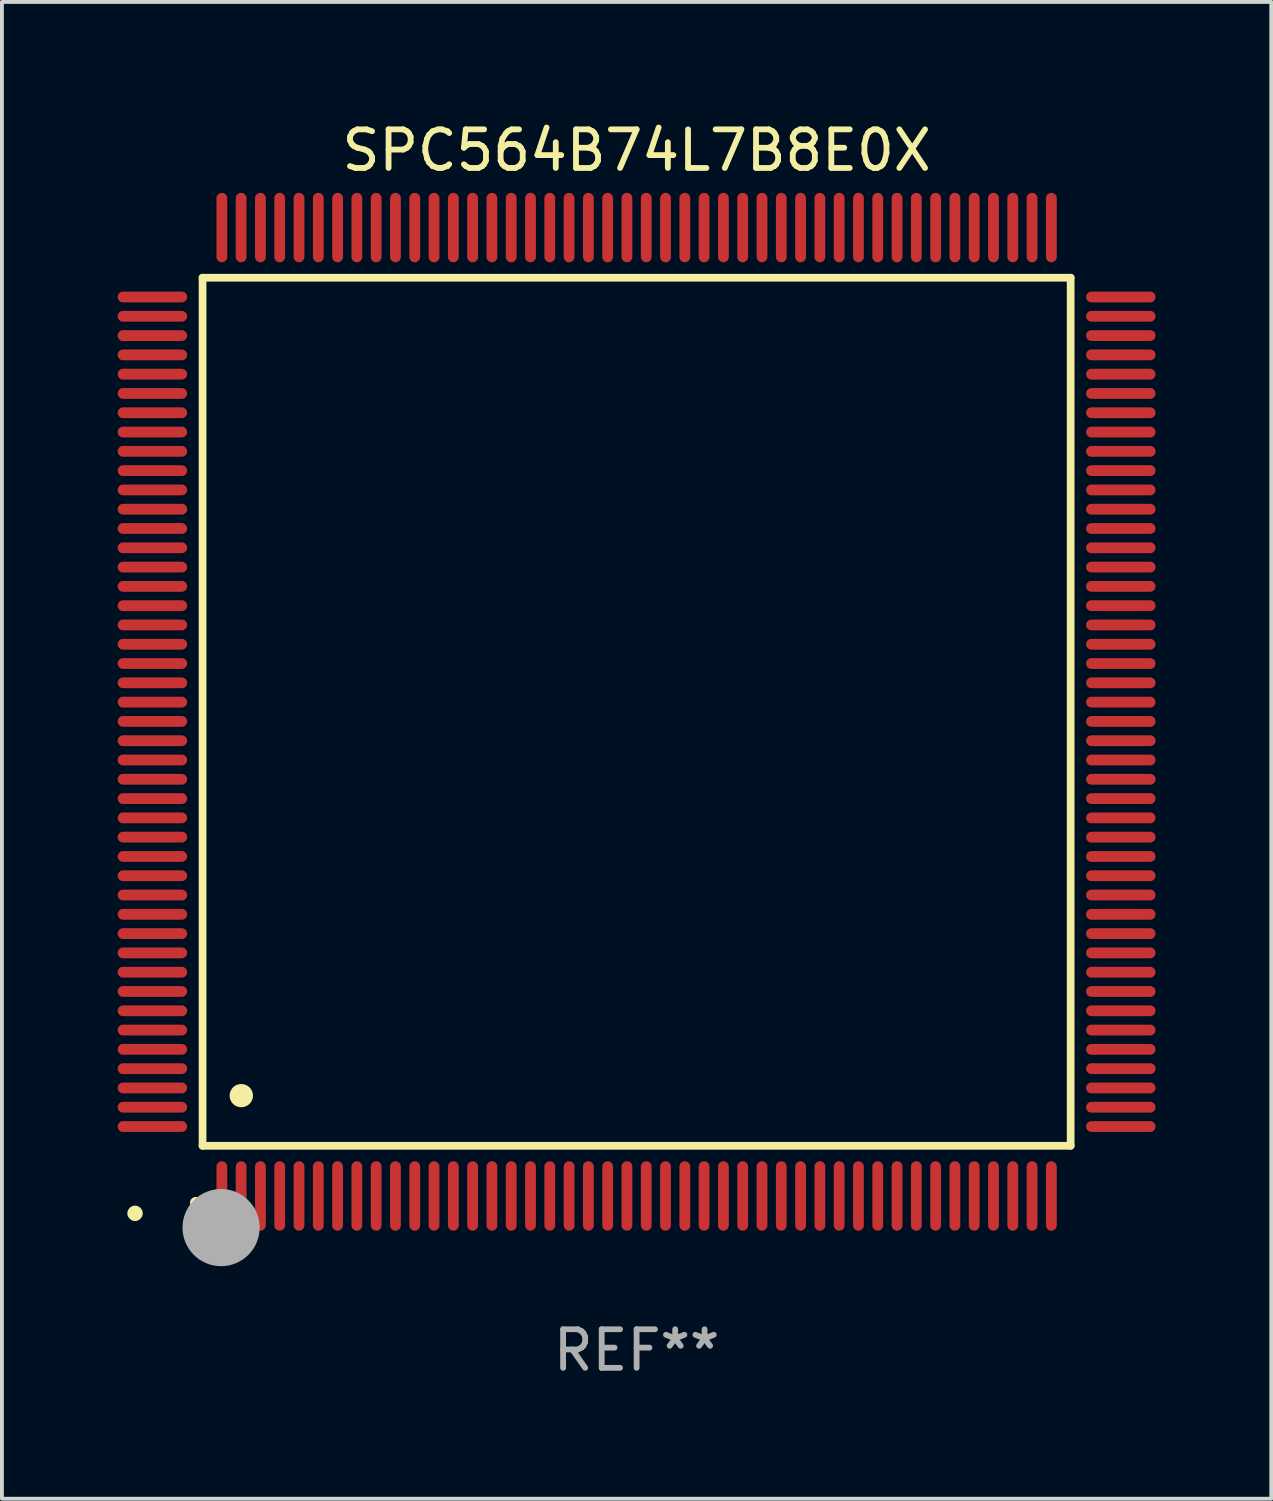
<source format=kicad_pcb>
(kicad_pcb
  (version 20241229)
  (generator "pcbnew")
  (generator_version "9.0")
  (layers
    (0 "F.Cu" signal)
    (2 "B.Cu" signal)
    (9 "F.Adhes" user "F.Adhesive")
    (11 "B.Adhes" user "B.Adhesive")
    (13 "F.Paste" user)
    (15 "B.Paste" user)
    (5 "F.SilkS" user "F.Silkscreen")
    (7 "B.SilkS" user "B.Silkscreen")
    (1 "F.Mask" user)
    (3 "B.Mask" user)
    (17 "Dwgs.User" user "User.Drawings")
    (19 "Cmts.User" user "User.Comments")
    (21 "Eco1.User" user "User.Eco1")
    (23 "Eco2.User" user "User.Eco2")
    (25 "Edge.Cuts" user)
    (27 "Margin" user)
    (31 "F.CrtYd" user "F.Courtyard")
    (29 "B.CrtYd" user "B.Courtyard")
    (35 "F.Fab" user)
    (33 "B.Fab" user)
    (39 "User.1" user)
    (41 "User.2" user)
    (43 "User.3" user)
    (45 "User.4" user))
  (footprint "SPC564B74L7B8E0X"
    (layer "F.Cu")
    (at 13.45 15.398)
    (property "Reference" "SPC564B74L7B8E0X" (at 0 -14.55 0) (layer "F.SilkS") (effects (font (size 1 1) (thickness 0.15))))
    (attr through_hole)
    (fp_line (start -11.25 -11.25) (end 11.25 -11.25) (stroke (width 0.2) (type solid)) (layer "F.SilkS"))
    (fp_line (start -11.25 11.25) (end -11.25 -11.25) (stroke (width 0.2) (type solid)) (layer "F.SilkS"))
    (fp_line (start 11.25 -11.25) (end 11.25 11.25) (stroke (width 0.2) (type solid)) (layer "F.SilkS"))
    (fp_line (start 11.25 11.25) (end -11.25 11.25) (stroke (width 0.2) (type solid)) (layer "F.SilkS"))
    (fp_arc (start -11.424943 12.725425) (mid -11.423673 12.72542) (end -11.422403 12.725425) (stroke (width 0.3) (type solid)) (layer "F.SilkS"))
    (fp_arc (start -10.24892 9.9492) (mid -10.24638 9.949189) (end -10.24384 9.9492) (stroke (width 0.6) (type solid)) (layer "F.SilkS"))
    (fp_circle (center -13 13) (end -12.9 13) (stroke (width 0.2) (type solid)) (fill no) (layer "F.SilkS"))
    (fp_circle (center -10.77 13.37) (end -10.27 13.37) (stroke (width 1) (type solid)) (fill no) (layer "F.Fab"))
    (fp_text user "REF**" (at 0 16.55 0) (layer "F.Fab") (effects (font (size 1 1) (thickness 0.15))))
    (pad "1" smd oval (at -10.75 12.55) (size 0.28 1.8) (layers "F.Cu" "F.Mask" "F.Paste"))
    (pad "2" smd oval (at -10.25 12.55) (size 0.28 1.8) (layers "F.Cu" "F.Mask" "F.Paste"))
    (pad "3" smd oval (at -9.75 12.55) (size 0.28 1.8) (layers "F.Cu" "F.Mask" "F.Paste"))
    (pad "4" smd oval (at -9.25 12.55) (size 0.28 1.8) (layers "F.Cu" "F.Mask" "F.Paste"))
    (pad "5" smd oval (at -8.75 12.55) (size 0.28 1.8) (layers "F.Cu" "F.Mask" "F.Paste"))
    (pad "6" smd oval (at -8.25 12.55) (size 0.28 1.8) (layers "F.Cu" "F.Mask" "F.Paste"))
    (pad "7" smd oval (at -7.75 12.55) (size 0.28 1.8) (layers "F.Cu" "F.Mask" "F.Paste"))
    (pad "8" smd oval (at -7.25 12.55) (size 0.28 1.8) (layers "F.Cu" "F.Mask" "F.Paste"))
    (pad "9" smd oval (at -6.75 12.55) (size 0.28 1.8) (layers "F.Cu" "F.Mask" "F.Paste"))
    (pad "10" smd oval (at -6.25 12.55) (size 0.28 1.8) (layers "F.Cu" "F.Mask" "F.Paste"))
    (pad "11" smd oval (at -5.75 12.55) (size 0.28 1.8) (layers "F.Cu" "F.Mask" "F.Paste"))
    (pad "12" smd oval (at -5.25 12.55) (size 0.28 1.8) (layers "F.Cu" "F.Mask" "F.Paste"))
    (pad "13" smd oval (at -4.75 12.55) (size 0.28 1.8) (layers "F.Cu" "F.Mask" "F.Paste"))
    (pad "14" smd oval (at -4.25 12.55) (size 0.28 1.8) (layers "F.Cu" "F.Mask" "F.Paste"))
    (pad "15" smd oval (at -3.75 12.55) (size 0.28 1.8) (layers "F.Cu" "F.Mask" "F.Paste"))
    (pad "16" smd oval (at -3.25 12.55) (size 0.28 1.8) (layers "F.Cu" "F.Mask" "F.Paste"))
    (pad "17" smd oval (at -2.75 12.55) (size 0.28 1.8) (layers "F.Cu" "F.Mask" "F.Paste"))
    (pad "18" smd oval (at -2.25 12.55) (size 0.28 1.8) (layers "F.Cu" "F.Mask" "F.Paste"))
    (pad "19" smd oval (at -1.75 12.55) (size 0.28 1.8) (layers "F.Cu" "F.Mask" "F.Paste"))
    (pad "20" smd oval (at -1.25 12.55) (size 0.28 1.8) (layers "F.Cu" "F.Mask" "F.Paste"))
    (pad "21" smd oval (at -0.75 12.55) (size 0.28 1.8) (layers "F.Cu" "F.Mask" "F.Paste"))
    (pad "22" smd oval (at -0.25 12.55) (size 0.28 1.8) (layers "F.Cu" "F.Mask" "F.Paste"))
    (pad "23" smd oval (at 0.25 12.55) (size 0.28 1.8) (layers "F.Cu" "F.Mask" "F.Paste"))
    (pad "24" smd oval (at 0.75 12.55) (size 0.28 1.8) (layers "F.Cu" "F.Mask" "F.Paste"))
    (pad "25" smd oval (at 1.25 12.55) (size 0.28 1.8) (layers "F.Cu" "F.Mask" "F.Paste"))
    (pad "26" smd oval (at 1.75 12.55) (size 0.28 1.8) (layers "F.Cu" "F.Mask" "F.Paste"))
    (pad "27" smd oval (at 2.25 12.55) (size 0.28 1.8) (layers "F.Cu" "F.Mask" "F.Paste"))
    (pad "28" smd oval (at 2.75 12.55) (size 0.28 1.8) (layers "F.Cu" "F.Mask" "F.Paste"))
    (pad "29" smd oval (at 3.25 12.55) (size 0.28 1.8) (layers "F.Cu" "F.Mask" "F.Paste"))
    (pad "30" smd oval (at 3.75 12.55) (size 0.28 1.8) (layers "F.Cu" "F.Mask" "F.Paste"))
    (pad "31" smd oval (at 4.25 12.55) (size 0.28 1.8) (layers "F.Cu" "F.Mask" "F.Paste"))
    (pad "32" smd oval (at 4.75 12.55) (size 0.28 1.8) (layers "F.Cu" "F.Mask" "F.Paste"))
    (pad "33" smd oval (at 5.25 12.55) (size 0.28 1.8) (layers "F.Cu" "F.Mask" "F.Paste"))
    (pad "34" smd oval (at 5.75 12.55) (size 0.28 1.8) (layers "F.Cu" "F.Mask" "F.Paste"))
    (pad "35" smd oval (at 6.25 12.55) (size 0.28 1.8) (layers "F.Cu" "F.Mask" "F.Paste"))
    (pad "36" smd oval (at 6.75 12.55) (size 0.28 1.8) (layers "F.Cu" "F.Mask" "F.Paste"))
    (pad "37" smd oval (at 7.25 12.55) (size 0.28 1.8) (layers "F.Cu" "F.Mask" "F.Paste"))
    (pad "38" smd oval (at 7.75 12.55) (size 0.28 1.8) (layers "F.Cu" "F.Mask" "F.Paste"))
    (pad "39" smd oval (at 8.25 12.55) (size 0.28 1.8) (layers "F.Cu" "F.Mask" "F.Paste"))
    (pad "40" smd oval (at 8.75 12.55) (size 0.28 1.8) (layers "F.Cu" "F.Mask" "F.Paste"))
    (pad "41" smd oval (at 9.25 12.55) (size 0.28 1.8) (layers "F.Cu" "F.Mask" "F.Paste"))
    (pad "42" smd oval (at 9.75 12.55) (size 0.28 1.8) (layers "F.Cu" "F.Mask" "F.Paste"))
    (pad "43" smd oval (at 10.25 12.55) (size 0.28 1.8) (layers "F.Cu" "F.Mask" "F.Paste"))
    (pad "44" smd oval (at 10.75 12.55) (size 0.28 1.8) (layers "F.Cu" "F.Mask" "F.Paste"))
    (pad "45" smd oval (at 12.55 10.75) (size 1.8 0.28) (layers "F.Cu" "F.Mask" "F.Paste"))
    (pad "46" smd oval (at 12.55 10.25) (size 1.8 0.28) (layers "F.Cu" "F.Mask" "F.Paste"))
    (pad "47" smd oval (at 12.55 9.75) (size 1.8 0.28) (layers "F.Cu" "F.Mask" "F.Paste"))
    (pad "48" smd oval (at 12.55 9.25) (size 1.8 0.28) (layers "F.Cu" "F.Mask" "F.Paste"))
    (pad "49" smd oval (at 12.55 8.75) (size 1.8 0.28) (layers "F.Cu" "F.Mask" "F.Paste"))
    (pad "50" smd oval (at 12.55 8.25) (size 1.8 0.28) (layers "F.Cu" "F.Mask" "F.Paste"))
    (pad "51" smd oval (at 12.55 7.75) (size 1.8 0.28) (layers "F.Cu" "F.Mask" "F.Paste"))
    (pad "52" smd oval (at 12.55 7.25) (size 1.8 0.28) (layers "F.Cu" "F.Mask" "F.Paste"))
    (pad "53" smd oval (at 12.55 6.75) (size 1.8 0.28) (layers "F.Cu" "F.Mask" "F.Paste"))
    (pad "54" smd oval (at 12.55 6.25) (size 1.8 0.28) (layers "F.Cu" "F.Mask" "F.Paste"))
    (pad "55" smd oval (at 12.55 5.75) (size 1.8 0.28) (layers "F.Cu" "F.Mask" "F.Paste"))
    (pad "56" smd oval (at 12.55 5.25) (size 1.8 0.28) (layers "F.Cu" "F.Mask" "F.Paste"))
    (pad "57" smd oval (at 12.55 4.75) (size 1.8 0.28) (layers "F.Cu" "F.Mask" "F.Paste"))
    (pad "58" smd oval (at 12.55 4.25) (size 1.8 0.28) (layers "F.Cu" "F.Mask" "F.Paste"))
    (pad "59" smd oval (at 12.55 3.75) (size 1.8 0.28) (layers "F.Cu" "F.Mask" "F.Paste"))
    (pad "60" smd oval (at 12.55 3.25) (size 1.8 0.28) (layers "F.Cu" "F.Mask" "F.Paste"))
    (pad "61" smd oval (at 12.55 2.75) (size 1.8 0.28) (layers "F.Cu" "F.Mask" "F.Paste"))
    (pad "62" smd oval (at 12.55 2.25) (size 1.8 0.28) (layers "F.Cu" "F.Mask" "F.Paste"))
    (pad "63" smd oval (at 12.55 1.75) (size 1.8 0.28) (layers "F.Cu" "F.Mask" "F.Paste"))
    (pad "64" smd oval (at 12.55 1.25) (size 1.8 0.28) (layers "F.Cu" "F.Mask" "F.Paste"))
    (pad "65" smd oval (at 12.55 0.75) (size 1.8 0.28) (layers "F.Cu" "F.Mask" "F.Paste"))
    (pad "66" smd oval (at 12.55 0.25) (size 1.8 0.28) (layers "F.Cu" "F.Mask" "F.Paste"))
    (pad "67" smd oval (at 12.55 -0.25) (size 1.8 0.28) (layers "F.Cu" "F.Mask" "F.Paste"))
    (pad "68" smd oval (at 12.55 -0.75) (size 1.8 0.28) (layers "F.Cu" "F.Mask" "F.Paste"))
    (pad "69" smd oval (at 12.55 -1.25) (size 1.8 0.28) (layers "F.Cu" "F.Mask" "F.Paste"))
    (pad "70" smd oval (at 12.55 -1.75) (size 1.8 0.28) (layers "F.Cu" "F.Mask" "F.Paste"))
    (pad "71" smd oval (at 12.55 -2.25) (size 1.8 0.28) (layers "F.Cu" "F.Mask" "F.Paste"))
    (pad "72" smd oval (at 12.55 -2.75) (size 1.8 0.28) (layers "F.Cu" "F.Mask" "F.Paste"))
    (pad "73" smd oval (at 12.55 -3.25) (size 1.8 0.28) (layers "F.Cu" "F.Mask" "F.Paste"))
    (pad "74" smd oval (at 12.55 -3.75) (size 1.8 0.28) (layers "F.Cu" "F.Mask" "F.Paste"))
    (pad "75" smd oval (at 12.55 -4.25) (size 1.8 0.28) (layers "F.Cu" "F.Mask" "F.Paste"))
    (pad "76" smd oval (at 12.55 -4.75) (size 1.8 0.28) (layers "F.Cu" "F.Mask" "F.Paste"))
    (pad "77" smd oval (at 12.55 -5.25) (size 1.8 0.28) (layers "F.Cu" "F.Mask" "F.Paste"))
    (pad "78" smd oval (at 12.55 -5.75) (size 1.8 0.28) (layers "F.Cu" "F.Mask" "F.Paste"))
    (pad "79" smd oval (at 12.55 -6.25) (size 1.8 0.28) (layers "F.Cu" "F.Mask" "F.Paste"))
    (pad "80" smd oval (at 12.55 -6.75) (size 1.8 0.28) (layers "F.Cu" "F.Mask" "F.Paste"))
    (pad "81" smd oval (at 12.55 -7.25) (size 1.8 0.28) (layers "F.Cu" "F.Mask" "F.Paste"))
    (pad "82" smd oval (at 12.55 -7.75) (size 1.8 0.28) (layers "F.Cu" "F.Mask" "F.Paste"))
    (pad "83" smd oval (at 12.55 -8.25) (size 1.8 0.28) (layers "F.Cu" "F.Mask" "F.Paste"))
    (pad "84" smd oval (at 12.55 -8.75) (size 1.8 0.28) (layers "F.Cu" "F.Mask" "F.Paste"))
    (pad "85" smd oval (at 12.55 -9.25) (size 1.8 0.28) (layers "F.Cu" "F.Mask" "F.Paste"))
    (pad "86" smd oval (at 12.55 -9.75) (size 1.8 0.28) (layers "F.Cu" "F.Mask" "F.Paste"))
    (pad "87" smd oval (at 12.55 -10.25) (size 1.8 0.28) (layers "F.Cu" "F.Mask" "F.Paste"))
    (pad "88" smd oval (at 12.55 -10.75) (size 1.8 0.28) (layers "F.Cu" "F.Mask" "F.Paste"))
    (pad "89" smd oval (at 10.75 -12.55) (size 0.28 1.8) (layers "F.Cu" "F.Mask" "F.Paste"))
    (pad "90" smd oval (at 10.25 -12.55) (size 0.28 1.8) (layers "F.Cu" "F.Mask" "F.Paste"))
    (pad "91" smd oval (at 9.75 -12.55) (size 0.28 1.8) (layers "F.Cu" "F.Mask" "F.Paste"))
    (pad "92" smd oval (at 9.25 -12.55) (size 0.28 1.8) (layers "F.Cu" "F.Mask" "F.Paste"))
    (pad "93" smd oval (at 8.75 -12.55) (size 0.28 1.8) (layers "F.Cu" "F.Mask" "F.Paste"))
    (pad "94" smd oval (at 8.25 -12.55) (size 0.28 1.8) (layers "F.Cu" "F.Mask" "F.Paste"))
    (pad "95" smd oval (at 7.75 -12.55) (size 0.28 1.8) (layers "F.Cu" "F.Mask" "F.Paste"))
    (pad "96" smd oval (at 7.25 -12.55) (size 0.28 1.8) (layers "F.Cu" "F.Mask" "F.Paste"))
    (pad "97" smd oval (at 6.75 -12.55) (size 0.28 1.8) (layers "F.Cu" "F.Mask" "F.Paste"))
    (pad "98" smd oval (at 6.25 -12.55) (size 0.28 1.8) (layers "F.Cu" "F.Mask" "F.Paste"))
    (pad "99" smd oval (at 5.75 -12.55) (size 0.28 1.8) (layers "F.Cu" "F.Mask" "F.Paste"))
    (pad "100" smd oval (at 5.25 -12.55) (size 0.28 1.8) (layers "F.Cu" "F.Mask" "F.Paste"))
    (pad "101" smd oval (at 4.75 -12.55) (size 0.28 1.8) (layers "F.Cu" "F.Mask" "F.Paste"))
    (pad "102" smd oval (at 4.25 -12.55) (size 0.28 1.8) (layers "F.Cu" "F.Mask" "F.Paste"))
    (pad "103" smd oval (at 3.75 -12.55) (size 0.28 1.8) (layers "F.Cu" "F.Mask" "F.Paste"))
    (pad "104" smd oval (at 3.25 -12.55) (size 0.28 1.8) (layers "F.Cu" "F.Mask" "F.Paste"))
    (pad "105" smd oval (at 2.75 -12.55) (size 0.28 1.8) (layers "F.Cu" "F.Mask" "F.Paste"))
    (pad "106" smd oval (at 2.25 -12.55) (size 0.28 1.8) (layers "F.Cu" "F.Mask" "F.Paste"))
    (pad "107" smd oval (at 1.75 -12.55) (size 0.28 1.8) (layers "F.Cu" "F.Mask" "F.Paste"))
    (pad "108" smd oval (at 1.25 -12.55) (size 0.28 1.8) (layers "F.Cu" "F.Mask" "F.Paste"))
    (pad "109" smd oval (at 0.75 -12.55) (size 0.28 1.8) (layers "F.Cu" "F.Mask" "F.Paste"))
    (pad "110" smd oval (at 0.25 -12.55) (size 0.28 1.8) (layers "F.Cu" "F.Mask" "F.Paste"))
    (pad "111" smd oval (at -0.25 -12.55) (size 0.28 1.8) (layers "F.Cu" "F.Mask" "F.Paste"))
    (pad "112" smd oval (at -0.75 -12.55) (size 0.28 1.8) (layers "F.Cu" "F.Mask" "F.Paste"))
    (pad "113" smd oval (at -1.25 -12.55) (size 0.28 1.8) (layers "F.Cu" "F.Mask" "F.Paste"))
    (pad "114" smd oval (at -1.75 -12.55) (size 0.28 1.8) (layers "F.Cu" "F.Mask" "F.Paste"))
    (pad "115" smd oval (at -2.25 -12.55) (size 0.28 1.8) (layers "F.Cu" "F.Mask" "F.Paste"))
    (pad "116" smd oval (at -2.75 -12.55) (size 0.28 1.8) (layers "F.Cu" "F.Mask" "F.Paste"))
    (pad "117" smd oval (at -3.25 -12.55) (size 0.28 1.8) (layers "F.Cu" "F.Mask" "F.Paste"))
    (pad "118" smd oval (at -3.75 -12.55) (size 0.28 1.8) (layers "F.Cu" "F.Mask" "F.Paste"))
    (pad "119" smd oval (at -4.25 -12.55) (size 0.28 1.8) (layers "F.Cu" "F.Mask" "F.Paste"))
    (pad "120" smd oval (at -4.75 -12.55) (size 0.28 1.8) (layers "F.Cu" "F.Mask" "F.Paste"))
    (pad "121" smd oval (at -5.25 -12.55) (size 0.28 1.8) (layers "F.Cu" "F.Mask" "F.Paste"))
    (pad "122" smd oval (at -5.75 -12.55) (size 0.28 1.8) (layers "F.Cu" "F.Mask" "F.Paste"))
    (pad "123" smd oval (at -6.25 -12.55) (size 0.28 1.8) (layers "F.Cu" "F.Mask" "F.Paste"))
    (pad "124" smd oval (at -6.75 -12.55) (size 0.28 1.8) (layers "F.Cu" "F.Mask" "F.Paste"))
    (pad "125" smd oval (at -7.25 -12.55) (size 0.28 1.8) (layers "F.Cu" "F.Mask" "F.Paste"))
    (pad "126" smd oval (at -7.75 -12.55) (size 0.28 1.8) (layers "F.Cu" "F.Mask" "F.Paste"))
    (pad "127" smd oval (at -8.25 -12.55) (size 0.28 1.8) (layers "F.Cu" "F.Mask" "F.Paste"))
    (pad "128" smd oval (at -8.75 -12.55) (size 0.28 1.8) (layers "F.Cu" "F.Mask" "F.Paste"))
    (pad "129" smd oval (at -9.25 -12.55) (size 0.28 1.8) (layers "F.Cu" "F.Mask" "F.Paste"))
    (pad "130" smd oval (at -9.75 -12.55) (size 0.28 1.8) (layers "F.Cu" "F.Mask" "F.Paste"))
    (pad "131" smd oval (at -10.25 -12.55) (size 0.28 1.8) (layers "F.Cu" "F.Mask" "F.Paste"))
    (pad "132" smd oval (at -10.75 -12.55) (size 0.28 1.8) (layers "F.Cu" "F.Mask" "F.Paste"))
    (pad "133" smd oval (at -12.55 -10.75) (size 1.8 0.28) (layers "F.Cu" "F.Mask" "F.Paste"))
    (pad "134" smd oval (at -12.55 -10.25) (size 1.8 0.28) (layers "F.Cu" "F.Mask" "F.Paste"))
    (pad "135" smd oval (at -12.55 -9.75) (size 1.8 0.28) (layers "F.Cu" "F.Mask" "F.Paste"))
    (pad "136" smd oval (at -12.55 -9.25) (size 1.8 0.28) (layers "F.Cu" "F.Mask" "F.Paste"))
    (pad "137" smd oval (at -12.55 -8.75) (size 1.8 0.28) (layers "F.Cu" "F.Mask" "F.Paste"))
    (pad "138" smd oval (at -12.55 -8.25) (size 1.8 0.28) (layers "F.Cu" "F.Mask" "F.Paste"))
    (pad "139" smd oval (at -12.55 -7.75) (size 1.8 0.28) (layers "F.Cu" "F.Mask" "F.Paste"))
    (pad "140" smd oval (at -12.55 -7.25) (size 1.8 0.28) (layers "F.Cu" "F.Mask" "F.Paste"))
    (pad "141" smd oval (at -12.55 -6.75) (size 1.8 0.28) (layers "F.Cu" "F.Mask" "F.Paste"))
    (pad "142" smd oval (at -12.55 -6.25) (size 1.8 0.28) (layers "F.Cu" "F.Mask" "F.Paste"))
    (pad "143" smd oval (at -12.55 -5.75) (size 1.8 0.28) (layers "F.Cu" "F.Mask" "F.Paste"))
    (pad "144" smd oval (at -12.55 -5.25) (size 1.8 0.28) (layers "F.Cu" "F.Mask" "F.Paste"))
    (pad "145" smd oval (at -12.55 -4.75) (size 1.8 0.28) (layers "F.Cu" "F.Mask" "F.Paste"))
    (pad "146" smd oval (at -12.55 -4.25) (size 1.8 0.28) (layers "F.Cu" "F.Mask" "F.Paste"))
    (pad "147" smd oval (at -12.55 -3.75) (size 1.8 0.28) (layers "F.Cu" "F.Mask" "F.Paste"))
    (pad "148" smd oval (at -12.55 -3.25) (size 1.8 0.28) (layers "F.Cu" "F.Mask" "F.Paste"))
    (pad "149" smd oval (at -12.55 -2.75) (size 1.8 0.28) (layers "F.Cu" "F.Mask" "F.Paste"))
    (pad "150" smd oval (at -12.55 -2.25) (size 1.8 0.28) (layers "F.Cu" "F.Mask" "F.Paste"))
    (pad "151" smd oval (at -12.55 -1.75) (size 1.8 0.28) (layers "F.Cu" "F.Mask" "F.Paste"))
    (pad "152" smd oval (at -12.55 -1.25) (size 1.8 0.28) (layers "F.Cu" "F.Mask" "F.Paste"))
    (pad "153" smd oval (at -12.55 -0.75) (size 1.8 0.28) (layers "F.Cu" "F.Mask" "F.Paste"))
    (pad "154" smd oval (at -12.55 -0.25) (size 1.8 0.28) (layers "F.Cu" "F.Mask" "F.Paste"))
    (pad "155" smd oval (at -12.55 0.25) (size 1.8 0.28) (layers "F.Cu" "F.Mask" "F.Paste"))
    (pad "156" smd oval (at -12.55 0.75) (size 1.8 0.28) (layers "F.Cu" "F.Mask" "F.Paste"))
    (pad "157" smd oval (at -12.55 1.25) (size 1.8 0.28) (layers "F.Cu" "F.Mask" "F.Paste"))
    (pad "158" smd oval (at -12.55 1.75) (size 1.8 0.28) (layers "F.Cu" "F.Mask" "F.Paste"))
    (pad "159" smd oval (at -12.55 2.25) (size 1.8 0.28) (layers "F.Cu" "F.Mask" "F.Paste"))
    (pad "160" smd oval (at -12.55 2.75) (size 1.8 0.28) (layers "F.Cu" "F.Mask" "F.Paste"))
    (pad "161" smd oval (at -12.55 3.25) (size 1.8 0.28) (layers "F.Cu" "F.Mask" "F.Paste"))
    (pad "162" smd oval (at -12.55 3.75) (size 1.8 0.28) (layers "F.Cu" "F.Mask" "F.Paste"))
    (pad "163" smd oval (at -12.55 4.25) (size 1.8 0.28) (layers "F.Cu" "F.Mask" "F.Paste"))
    (pad "164" smd oval (at -12.55 4.75) (size 1.8 0.28) (layers "F.Cu" "F.Mask" "F.Paste"))
    (pad "165" smd oval (at -12.55 5.25) (size 1.8 0.28) (layers "F.Cu" "F.Mask" "F.Paste"))
    (pad "166" smd oval (at -12.55 5.75) (size 1.8 0.28) (layers "F.Cu" "F.Mask" "F.Paste"))
    (pad "167" smd oval (at -12.55 6.25) (size 1.8 0.28) (layers "F.Cu" "F.Mask" "F.Paste"))
    (pad "168" smd oval (at -12.55 6.75) (size 1.8 0.28) (layers "F.Cu" "F.Mask" "F.Paste"))
    (pad "169" smd oval (at -12.55 7.25) (size 1.8 0.28) (layers "F.Cu" "F.Mask" "F.Paste"))
    (pad "170" smd oval (at -12.55 7.75) (size 1.8 0.28) (layers "F.Cu" "F.Mask" "F.Paste"))
    (pad "171" smd oval (at -12.55 8.25) (size 1.8 0.28) (layers "F.Cu" "F.Mask" "F.Paste"))
    (pad "172" smd oval (at -12.55 8.75) (size 1.8 0.28) (layers "F.Cu" "F.Mask" "F.Paste"))
    (pad "173" smd oval (at -12.55 9.25) (size 1.8 0.28) (layers "F.Cu" "F.Mask" "F.Paste"))
    (pad "174" smd oval (at -12.55 9.75) (size 1.8 0.28) (layers "F.Cu" "F.Mask" "F.Paste"))
    (pad "175" smd oval (at -12.55 10.25) (size 1.8 0.28) (layers "F.Cu" "F.Mask" "F.Paste"))
    (pad "176" smd oval (at -12.55 10.75) (size 1.8 0.28) (layers "F.Cu" "F.Mask" "F.Paste")))
  (gr_rect
    (start -3 -3)
    (end 29.9 35.796)
    (stroke (width 0.1) (type default))
    (fill no)
    (layer "Edge.Cuts")))
</source>
